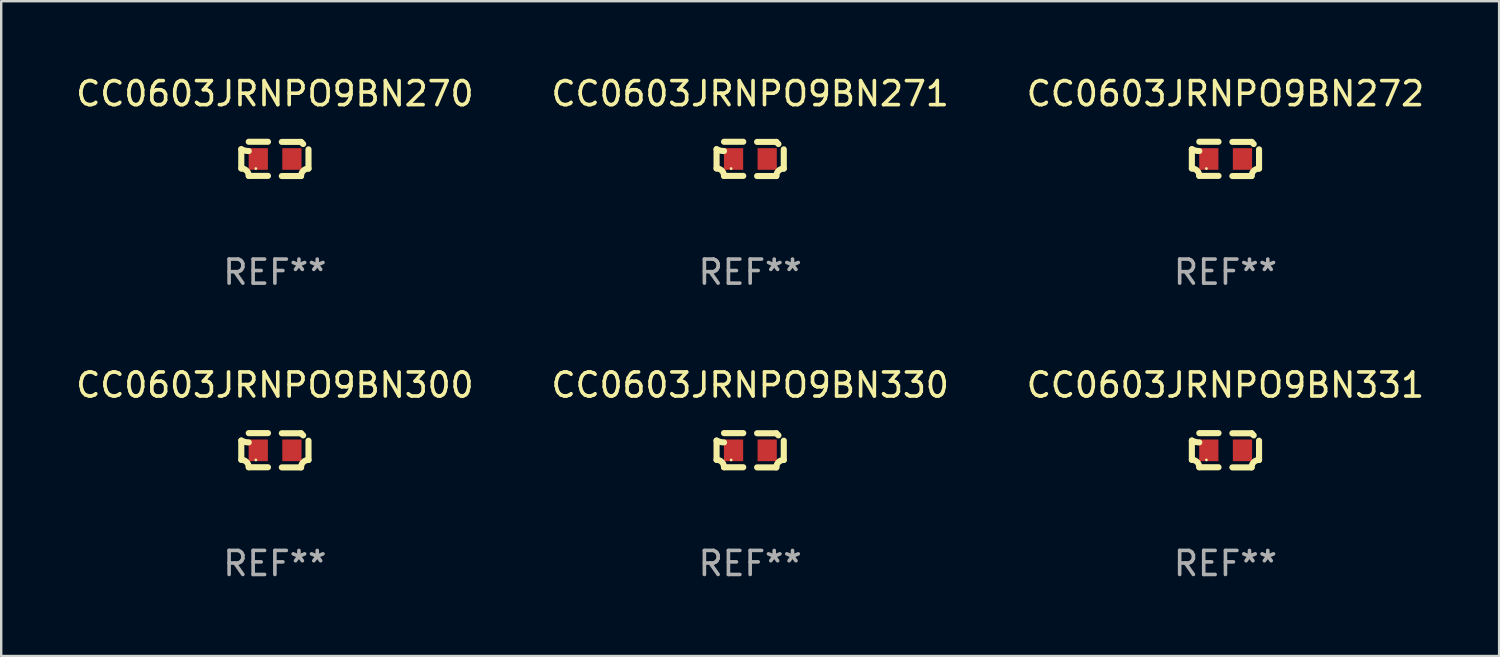
<source format=kicad_pcb>
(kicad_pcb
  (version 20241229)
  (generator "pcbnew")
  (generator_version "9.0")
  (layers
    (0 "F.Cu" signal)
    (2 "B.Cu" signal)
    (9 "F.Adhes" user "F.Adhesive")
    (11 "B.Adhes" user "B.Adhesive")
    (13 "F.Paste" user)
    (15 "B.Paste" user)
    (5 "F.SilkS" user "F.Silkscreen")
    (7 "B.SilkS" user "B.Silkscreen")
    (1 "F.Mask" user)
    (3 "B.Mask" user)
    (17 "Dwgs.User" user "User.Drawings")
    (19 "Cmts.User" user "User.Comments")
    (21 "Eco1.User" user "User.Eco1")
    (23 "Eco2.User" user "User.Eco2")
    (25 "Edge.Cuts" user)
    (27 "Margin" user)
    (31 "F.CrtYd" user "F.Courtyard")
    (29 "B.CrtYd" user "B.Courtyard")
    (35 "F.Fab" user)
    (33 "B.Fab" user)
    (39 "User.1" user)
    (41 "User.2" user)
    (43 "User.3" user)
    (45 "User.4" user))
  (footprint "CC0603JRNPO9BN270"
    (layer "F.Cu")
    (at 8.387 3.561)
    (property "Reference" "CC0603JRNPO9BN270" (at 0 -2.713 0) (layer "F.SilkS") (effects (font (size 1 1) (thickness 0.15))))
    (attr through_hole)
    (fp_line (start -1.398 -0.403) (end -1.398 0.397) (stroke (width 0.254) (type solid)) (layer "F.SilkS"))
    (fp_line (start -0.288 -0.713) (end -1.088 -0.713) (stroke (width 0.254) (type solid)) (layer "F.SilkS"))
    (fp_line (start -0.288 0.707) (end -1.088 0.707) (stroke (width 0.254) (type solid)) (layer "F.SilkS"))
    (fp_line (start 0.288 -0.707) (end 1.088 -0.707) (stroke (width 0.254) (type solid)) (layer "F.SilkS"))
    (fp_line (start 0.288 0.713) (end 1.088 0.713) (stroke (width 0.254) (type solid)) (layer "F.SilkS"))
    (fp_line (start 1.398 -0.397) (end 1.398 0.403) (stroke (width 0.254) (type solid)) (layer "F.SilkS"))
    (fp_arc (start -1.397789 0.397066) (mid -1.178701 0.487826) (end -1.08796 0.706922) (stroke (width 0.254001) (type solid)) (layer "F.SilkS"))
    (fp_arc (start -1.08796 -0.327176) (mid -1.247436 -0.346384) (end -1.39779 -0.402908) (stroke (width 0.254001) (type solid)) (layer "F.SilkS"))
    (fp_arc (start 1.087909 0.712738) (mid 1.178656 0.493655) (end 1.397739 0.402908) (stroke (width 0.254001) (type solid)) (layer "F.SilkS"))
    (fp_arc (start 1.175925 -0.618926) (mid 1.131917 -0.662923) (end 1.08791 -0.706922) (stroke (width 0.254001) (type solid)) (layer "F.SilkS"))
    (fp_circle (center -0.792 0.403) (end -0.762 0.403) (stroke (width 0.06) (type solid)) (fill no) (layer "F.SilkS"))
    (fp_text user "REF**" (at 0 4.713 0) (layer "F.Fab") (effects (font (size 1 1) (thickness 0.15))))
    (pad "1" smd rect (at -0.692 0.003) (size 0.8 0.9) (layers "F.Cu" "F.Mask" "F.Paste"))
    (pad "2" smd rect (at 0.708 0.003) (size 0.8 0.9) (layers "F.Cu" "F.Mask" "F.Paste")))
  (footprint "CC0603JRNPO9BN272"
    (layer "F.Cu")
    (at 47.935 3.561)
    (property "Reference" "CC0603JRNPO9BN272" (at 0 -2.713 0) (layer "F.SilkS") (effects (font (size 1 1) (thickness 0.15))))
    (attr through_hole)
    (fp_line (start -1.398 -0.403) (end -1.398 0.397) (stroke (width 0.254) (type solid)) (layer "F.SilkS"))
    (fp_line (start -0.288 -0.713) (end -1.088 -0.713) (stroke (width 0.254) (type solid)) (layer "F.SilkS"))
    (fp_line (start -0.288 0.707) (end -1.088 0.707) (stroke (width 0.254) (type solid)) (layer "F.SilkS"))
    (fp_line (start 0.288 -0.707) (end 1.088 -0.707) (stroke (width 0.254) (type solid)) (layer "F.SilkS"))
    (fp_line (start 0.288 0.713) (end 1.088 0.713) (stroke (width 0.254) (type solid)) (layer "F.SilkS"))
    (fp_line (start 1.398 -0.397) (end 1.398 0.403) (stroke (width 0.254) (type solid)) (layer "F.SilkS"))
    (fp_arc (start -1.397789 0.397066) (mid -1.178701 0.487826) (end -1.08796 0.706922) (stroke (width 0.254001) (type solid)) (layer "F.SilkS"))
    (fp_arc (start -1.08796 -0.327176) (mid -1.247436 -0.346384) (end -1.39779 -0.402908) (stroke (width 0.254001) (type solid)) (layer "F.SilkS"))
    (fp_arc (start 1.087909 0.712738) (mid 1.178656 0.493655) (end 1.397739 0.402908) (stroke (width 0.254001) (type solid)) (layer "F.SilkS"))
    (fp_arc (start 1.175925 -0.618926) (mid 1.131917 -0.662923) (end 1.08791 -0.706922) (stroke (width 0.254001) (type solid)) (layer "F.SilkS"))
    (fp_circle (center -0.792 0.403) (end -0.762 0.403) (stroke (width 0.06) (type solid)) (fill no) (layer "F.SilkS"))
    (fp_text user "REF**" (at 0 4.713 0) (layer "F.Fab") (effects (font (size 1 1) (thickness 0.15))))
    (pad "1" smd rect (at -0.692 0.003) (size 0.8 0.9) (layers "F.Cu" "F.Mask" "F.Paste"))
    (pad "2" smd rect (at 0.708 0.003) (size 0.8 0.9) (layers "F.Cu" "F.Mask" "F.Paste")))
  (footprint "CC0603JRNPO9BN330"
    (layer "F.Cu")
    (at 28.161 15.683)
    (property "Reference" "CC0603JRNPO9BN330" (at 0 -2.713 0) (layer "F.SilkS") (effects (font (size 1 1) (thickness 0.15))))
    (attr through_hole)
    (fp_line (start -1.398 -0.403) (end -1.398 0.397) (stroke (width 0.254) (type solid)) (layer "F.SilkS"))
    (fp_line (start -0.288 -0.713) (end -1.088 -0.713) (stroke (width 0.254) (type solid)) (layer "F.SilkS"))
    (fp_line (start -0.288 0.707) (end -1.088 0.707) (stroke (width 0.254) (type solid)) (layer "F.SilkS"))
    (fp_line (start 0.288 -0.707) (end 1.088 -0.707) (stroke (width 0.254) (type solid)) (layer "F.SilkS"))
    (fp_line (start 0.288 0.713) (end 1.088 0.713) (stroke (width 0.254) (type solid)) (layer "F.SilkS"))
    (fp_line (start 1.398 -0.397) (end 1.398 0.403) (stroke (width 0.254) (type solid)) (layer "F.SilkS"))
    (fp_arc (start -1.397789 0.397066) (mid -1.178701 0.487826) (end -1.08796 0.706922) (stroke (width 0.254001) (type solid)) (layer "F.SilkS"))
    (fp_arc (start -1.08796 -0.327176) (mid -1.247436 -0.346384) (end -1.39779 -0.402908) (stroke (width 0.254001) (type solid)) (layer "F.SilkS"))
    (fp_arc (start 1.087909 0.712738) (mid 1.178656 0.493655) (end 1.397739 0.402908) (stroke (width 0.254001) (type solid)) (layer "F.SilkS"))
    (fp_arc (start 1.175925 -0.618926) (mid 1.131917 -0.662923) (end 1.08791 -0.706922) (stroke (width 0.254001) (type solid)) (layer "F.SilkS"))
    (fp_circle (center -0.792 0.403) (end -0.762 0.403) (stroke (width 0.06) (type solid)) (fill no) (layer "F.SilkS"))
    (fp_text user "REF**" (at 0 4.713 0) (layer "F.Fab") (effects (font (size 1 1) (thickness 0.15))))
    (pad "1" smd rect (at -0.692 0.003) (size 0.8 0.9) (layers "F.Cu" "F.Mask" "F.Paste"))
    (pad "2" smd rect (at 0.708 0.003) (size 0.8 0.9) (layers "F.Cu" "F.Mask" "F.Paste")))
  (footprint "CC0603JRNPO9BN331"
    (layer "F.Cu")
    (at 47.935 15.683)
    (property "Reference" "CC0603JRNPO9BN331" (at 0 -2.713 0) (layer "F.SilkS") (effects (font (size 1 1) (thickness 0.15))))
    (attr through_hole)
    (fp_line (start -1.398 -0.403) (end -1.398 0.397) (stroke (width 0.254) (type solid)) (layer "F.SilkS"))
    (fp_line (start -0.288 -0.713) (end -1.088 -0.713) (stroke (width 0.254) (type solid)) (layer "F.SilkS"))
    (fp_line (start -0.288 0.707) (end -1.088 0.707) (stroke (width 0.254) (type solid)) (layer "F.SilkS"))
    (fp_line (start 0.288 -0.707) (end 1.088 -0.707) (stroke (width 0.254) (type solid)) (layer "F.SilkS"))
    (fp_line (start 0.288 0.713) (end 1.088 0.713) (stroke (width 0.254) (type solid)) (layer "F.SilkS"))
    (fp_line (start 1.398 -0.397) (end 1.398 0.403) (stroke (width 0.254) (type solid)) (layer "F.SilkS"))
    (fp_arc (start -1.397789 0.397066) (mid -1.178701 0.487826) (end -1.08796 0.706922) (stroke (width 0.254001) (type solid)) (layer "F.SilkS"))
    (fp_arc (start -1.08796 -0.327176) (mid -1.247436 -0.346384) (end -1.39779 -0.402908) (stroke (width 0.254001) (type solid)) (layer "F.SilkS"))
    (fp_arc (start 1.087909 0.712738) (mid 1.178656 0.493655) (end 1.397739 0.402908) (stroke (width 0.254001) (type solid)) (layer "F.SilkS"))
    (fp_arc (start 1.175925 -0.618926) (mid 1.131917 -0.662923) (end 1.08791 -0.706922) (stroke (width 0.254001) (type solid)) (layer "F.SilkS"))
    (fp_circle (center -0.792 0.403) (end -0.762 0.403) (stroke (width 0.06) (type solid)) (fill no) (layer "F.SilkS"))
    (fp_text user "REF**" (at 0 4.713 0) (layer "F.Fab") (effects (font (size 1 1) (thickness 0.15))))
    (pad "1" smd rect (at -0.692 0.003) (size 0.8 0.9) (layers "F.Cu" "F.Mask" "F.Paste"))
    (pad "2" smd rect (at 0.708 0.003) (size 0.8 0.9) (layers "F.Cu" "F.Mask" "F.Paste")))
  (footprint "CC0603JRNPO9BN271"
    (layer "F.Cu")
    (at 28.161 3.561)
    (property "Reference" "CC0603JRNPO9BN271" (at 0 -2.713 0) (layer "F.SilkS") (effects (font (size 1 1) (thickness 0.15))))
    (attr through_hole)
    (fp_line (start -1.398 -0.403) (end -1.398 0.397) (stroke (width 0.254) (type solid)) (layer "F.SilkS"))
    (fp_line (start -0.288 -0.713) (end -1.088 -0.713) (stroke (width 0.254) (type solid)) (layer "F.SilkS"))
    (fp_line (start -0.288 0.707) (end -1.088 0.707) (stroke (width 0.254) (type solid)) (layer "F.SilkS"))
    (fp_line (start 0.288 -0.707) (end 1.088 -0.707) (stroke (width 0.254) (type solid)) (layer "F.SilkS"))
    (fp_line (start 0.288 0.713) (end 1.088 0.713) (stroke (width 0.254) (type solid)) (layer "F.SilkS"))
    (fp_line (start 1.398 -0.397) (end 1.398 0.403) (stroke (width 0.254) (type solid)) (layer "F.SilkS"))
    (fp_arc (start -1.397789 0.397066) (mid -1.178701 0.487826) (end -1.08796 0.706922) (stroke (width 0.254001) (type solid)) (layer "F.SilkS"))
    (fp_arc (start -1.08796 -0.327176) (mid -1.247436 -0.346384) (end -1.39779 -0.402908) (stroke (width 0.254001) (type solid)) (layer "F.SilkS"))
    (fp_arc (start 1.087909 0.712738) (mid 1.178656 0.493655) (end 1.397739 0.402908) (stroke (width 0.254001) (type solid)) (layer "F.SilkS"))
    (fp_arc (start 1.175925 -0.618926) (mid 1.131917 -0.662923) (end 1.08791 -0.706922) (stroke (width 0.254001) (type solid)) (layer "F.SilkS"))
    (fp_circle (center -0.792 0.403) (end -0.762 0.403) (stroke (width 0.06) (type solid)) (fill no) (layer "F.SilkS"))
    (fp_text user "REF**" (at 0 4.713 0) (layer "F.Fab") (effects (font (size 1 1) (thickness 0.15))))
    (pad "1" smd rect (at -0.692 0.003) (size 0.8 0.9) (layers "F.Cu" "F.Mask" "F.Paste"))
    (pad "2" smd rect (at 0.708 0.003) (size 0.8 0.9) (layers "F.Cu" "F.Mask" "F.Paste")))
  (footprint "CC0603JRNPO9BN300"
    (layer "F.Cu")
    (at 8.387 15.683)
    (property "Reference" "CC0603JRNPO9BN300" (at 0 -2.713 0) (layer "F.SilkS") (effects (font (size 1 1) (thickness 0.15))))
    (attr through_hole)
    (fp_line (start -1.398 -0.403) (end -1.398 0.397) (stroke (width 0.254) (type solid)) (layer "F.SilkS"))
    (fp_line (start -0.288 -0.713) (end -1.088 -0.713) (stroke (width 0.254) (type solid)) (layer "F.SilkS"))
    (fp_line (start -0.288 0.707) (end -1.088 0.707) (stroke (width 0.254) (type solid)) (layer "F.SilkS"))
    (fp_line (start 0.288 -0.707) (end 1.088 -0.707) (stroke (width 0.254) (type solid)) (layer "F.SilkS"))
    (fp_line (start 0.288 0.713) (end 1.088 0.713) (stroke (width 0.254) (type solid)) (layer "F.SilkS"))
    (fp_line (start 1.398 -0.397) (end 1.398 0.403) (stroke (width 0.254) (type solid)) (layer "F.SilkS"))
    (fp_arc (start -1.397789 0.397066) (mid -1.178701 0.487826) (end -1.08796 0.706922) (stroke (width 0.254001) (type solid)) (layer "F.SilkS"))
    (fp_arc (start -1.08796 -0.327176) (mid -1.247436 -0.346384) (end -1.39779 -0.402908) (stroke (width 0.254001) (type solid)) (layer "F.SilkS"))
    (fp_arc (start 1.087909 0.712738) (mid 1.178656 0.493655) (end 1.397739 0.402908) (stroke (width 0.254001) (type solid)) (layer "F.SilkS"))
    (fp_arc (start 1.175925 -0.618926) (mid 1.131917 -0.662923) (end 1.08791 -0.706922) (stroke (width 0.254001) (type solid)) (layer "F.SilkS"))
    (fp_circle (center -0.792 0.403) (end -0.762 0.403) (stroke (width 0.06) (type solid)) (fill no) (layer "F.SilkS"))
    (fp_text user "REF**" (at 0 4.713 0) (layer "F.Fab") (effects (font (size 1 1) (thickness 0.15))))
    (pad "1" smd rect (at -0.692 0.003) (size 0.8 0.9) (layers "F.Cu" "F.Mask" "F.Paste"))
    (pad "2" smd rect (at 0.708 0.003) (size 0.8 0.9) (layers "F.Cu" "F.Mask" "F.Paste")))
  (gr_rect
    (start -3 -3)
    (end 59.321 24.244)
    (stroke (width 0.1) (type default))
    (fill no)
    (layer "Edge.Cuts")))
</source>
